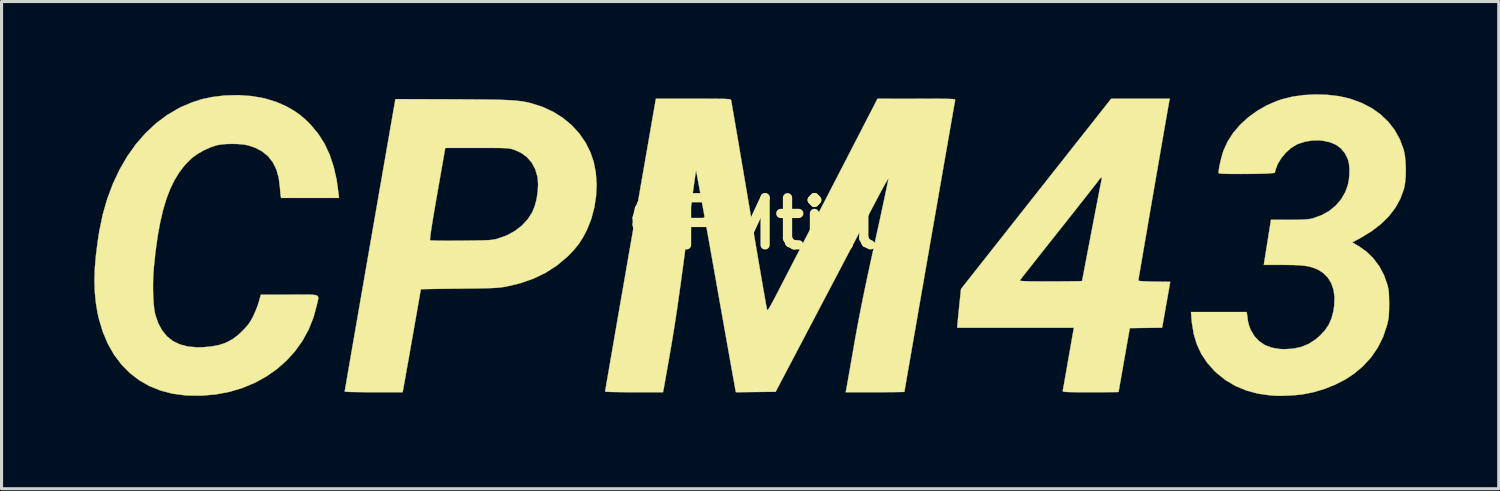
<source format=kicad_pcb>
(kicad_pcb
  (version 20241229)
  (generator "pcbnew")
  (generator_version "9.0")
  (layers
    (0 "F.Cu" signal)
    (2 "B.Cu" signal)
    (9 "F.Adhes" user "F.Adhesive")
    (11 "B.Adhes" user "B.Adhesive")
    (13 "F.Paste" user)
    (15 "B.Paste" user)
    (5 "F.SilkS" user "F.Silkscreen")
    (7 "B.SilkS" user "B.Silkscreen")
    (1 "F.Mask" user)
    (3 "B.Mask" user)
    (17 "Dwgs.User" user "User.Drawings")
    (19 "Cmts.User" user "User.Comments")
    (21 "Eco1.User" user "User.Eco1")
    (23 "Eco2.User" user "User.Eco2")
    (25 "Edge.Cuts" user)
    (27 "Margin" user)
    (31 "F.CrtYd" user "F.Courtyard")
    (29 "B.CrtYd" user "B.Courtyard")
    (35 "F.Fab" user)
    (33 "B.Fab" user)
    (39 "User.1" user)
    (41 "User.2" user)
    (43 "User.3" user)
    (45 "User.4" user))
  (footprint "CPMtitle"
    (layer "F.Cu")
    (at 21.949 4.18)
    (property "Reference" "CPMtitle" (at 0 0 0) (layer "F.SilkS") (effects (font (size 1.524 1.524) (thickness 0.3))))
    (attr through_hole)
    (fp_poly (pts (xy -16.853 -4.122) (xy -16.448 -4.05) (xy -16.07 -3.936) (xy -15.745 -3.794) (xy -15.506 -3.659) (xy -15.296 -3.514) (xy -15.099 -3.344) (xy -14.931 -3.174) (xy -14.697 -2.889) (xy -14.498 -2.572) (xy -14.335 -2.222) (xy -14.207 -1.835) (xy -14.111 -1.41) (xy -14.052 -0.983) (xy -14.036 -0.829) (xy -15.907 -0.829) (xy -15.92 -0.889) (xy -15.927 -0.943) (xy -15.935 -1.034) (xy -15.944 -1.143) (xy -15.946 -1.176) (xy -15.985 -1.483) (xy -16.061 -1.751) (xy -16.176 -1.983) (xy -16.329 -2.177) (xy -16.521 -2.334) (xy -16.751 -2.455) (xy -16.978 -2.53) (xy -17.122 -2.556) (xy -17.3 -2.572) (xy -17.494 -2.577) (xy -17.687 -2.572) (xy -17.861 -2.556) (xy -17.994 -2.532) (xy -18.194 -2.465) (xy -18.403 -2.37) (xy -18.603 -2.256) (xy -18.774 -2.134) (xy -18.821 -2.094) (xy -19.017 -1.895) (xy -19.193 -1.669) (xy -19.351 -1.413) (xy -19.492 -1.124) (xy -19.617 -0.799) (xy -19.726 -0.435) (xy -19.82 -0.031) (xy -19.901 0.418) (xy -19.97 0.914) (xy -20.027 1.459) (xy -20.027 1.465) (xy -20.042 1.687) (xy -20.049 1.923) (xy -20.049 2.162) (xy -20.042 2.394) (xy -20.028 2.606) (xy -20.007 2.789) (xy -19.981 2.931) (xy -19.977 2.945) (xy -19.882 3.223) (xy -19.755 3.458) (xy -19.597 3.65) (xy -19.407 3.8) (xy -19.183 3.909) (xy -18.925 3.977) (xy -18.633 4.004) (xy -18.448 4.001) (xy -18.157 3.975) (xy -17.906 3.927) (xy -17.686 3.851) (xy -17.486 3.745) (xy -17.297 3.604) (xy -17.162 3.477) (xy -17.049 3.359) (xy -16.964 3.257) (xy -16.895 3.156) (xy -16.83 3.037) (xy -16.808 2.993) (xy -16.746 2.856) (xy -16.686 2.707) (xy -16.638 2.569) (xy -16.624 2.52) (xy -16.563 2.3) (xy -15.634 2.3) (xy -15.381 2.299) (xy -15.177 2.298) (xy -15.017 2.299) (xy -14.895 2.303) (xy -14.808 2.313) (xy -14.751 2.329) (xy -14.718 2.353) (xy -14.705 2.388) (xy -14.707 2.434) (xy -14.719 2.494) (xy -14.737 2.569) (xy -14.747 2.615) (xy -14.858 3.031) (xy -15.015 3.423) (xy -15.214 3.788) (xy -15.454 4.125) (xy -15.731 4.431) (xy -16.042 4.706) (xy -16.385 4.946) (xy -16.757 5.15) (xy -17.154 5.316) (xy -17.575 5.442) (xy -18.016 5.526) (xy -18.474 5.566) (xy -18.947 5.56) (xy -19.01 5.556) (xy -19.423 5.501) (xy -19.81 5.4) (xy -20.17 5.254) (xy -20.501 5.065) (xy -20.801 4.834) (xy -21.07 4.561) (xy -21.305 4.249) (xy -21.506 3.899) (xy -21.671 3.512) (xy -21.799 3.09) (xy -21.842 2.9) (xy -21.899 2.56) (xy -21.933 2.208) (xy -21.944 1.84) (xy -21.932 1.447) (xy -21.896 1.023) (xy -21.837 0.562) (xy -21.789 0.254) (xy -21.677 -0.289) (xy -21.528 -0.807) (xy -21.343 -1.297) (xy -21.125 -1.757) (xy -20.876 -2.184) (xy -20.596 -2.576) (xy -20.287 -2.929) (xy -19.952 -3.242) (xy -19.592 -3.511) (xy -19.209 -3.735) (xy -19.116 -3.78) (xy -18.789 -3.919) (xy -18.467 -4.022) (xy -18.134 -4.093) (xy -17.772 -4.137) (xy -17.719 -4.142) (xy -17.279 -4.153) (xy -16.853 -4.122)) (stroke (width 0.01) (type solid)) (fill yes) (layer "F.SilkS"))
    (fp_poly (pts (xy 12.821 -3.977) (xy 12.814 -3.939) (xy 12.799 -3.853) (xy 12.776 -3.724) (xy 12.746 -3.555) (xy 12.711 -3.35) (xy 12.669 -3.114) (xy 12.624 -2.851) (xy 12.574 -2.565) (xy 12.521 -2.26) (xy 12.466 -1.94) (xy 12.409 -1.609) (xy 12.35 -1.272) (xy 12.292 -0.932) (xy 12.233 -0.594) (xy 12.176 -0.261) (xy 12.121 0.061) (xy 12.068 0.37) (xy 12.018 0.66) (xy 11.972 0.928) (xy 11.931 1.169) (xy 11.895 1.38) (xy 11.865 1.556) (xy 11.842 1.693) (xy 11.826 1.788) (xy 11.818 1.835) (xy 11.818 1.84) (xy 11.837 1.852) (xy 11.899 1.862) (xy 12.005 1.869) (xy 12.158 1.874) (xy 12.334 1.878) (xy 12.85 1.885) (xy 12.762 2.38) (xy 12.731 2.557) (xy 12.699 2.737) (xy 12.67 2.903) (xy 12.645 3.043) (xy 12.631 3.121) (xy 12.587 3.368) (xy 12.064 3.375) (xy 11.541 3.382) (xy 11.36 4.412) (xy 11.32 4.639) (xy 11.283 4.849) (xy 11.25 5.037) (xy 11.222 5.196) (xy 11.2 5.321) (xy 11.185 5.406) (xy 11.178 5.445) (xy 11.178 5.448) (xy 11.152 5.449) (xy 11.078 5.451) (xy 10.964 5.452) (xy 10.814 5.453) (xy 10.636 5.454) (xy 10.435 5.454) (xy 10.269 5.454) (xy 10.025 5.454) (xy 9.829 5.454) (xy 9.676 5.452) (xy 9.561 5.45) (xy 9.479 5.446) (xy 9.424 5.441) (xy 9.392 5.434) (xy 9.376 5.425) (xy 9.373 5.413) (xy 9.374 5.408) (xy 9.381 5.371) (xy 9.396 5.288) (xy 9.418 5.165) (xy 9.445 5.009) (xy 9.478 4.825) (xy 9.513 4.621) (xy 9.545 4.438) (xy 9.583 4.22) (xy 9.619 4.016) (xy 9.651 3.832) (xy 9.678 3.677) (xy 9.7 3.555) (xy 9.715 3.474) (xy 9.721 3.442) (xy 9.736 3.369) (xy 5.962 3.369) (xy 5.964 3.309) (xy 5.967 3.265) (xy 5.975 3.177) (xy 5.987 3.053) (xy 6.002 2.903) (xy 6.019 2.735) (xy 6.024 2.682) (xy 6.083 2.116) (xy 6.302 1.838) (xy 7.985 1.838) (xy 7.99 1.847) (xy 8.018 1.854) (xy 8.075 1.86) (xy 8.163 1.864) (xy 8.288 1.868) (xy 8.453 1.87) (xy 8.662 1.871) (xy 8.92 1.872) (xy 8.982 1.872) (xy 9.209 1.871) (xy 9.419 1.87) (xy 9.605 1.868) (xy 9.762 1.866) (xy 9.884 1.864) (xy 9.965 1.86) (xy 9.999 1.857) (xy 10 1.857) (xy 10.004 1.828) (xy 10.018 1.752) (xy 10.041 1.635) (xy 10.07 1.482) (xy 10.105 1.298) (xy 10.145 1.089) (xy 10.188 0.86) (xy 10.235 0.617) (xy 10.283 0.365) (xy 10.332 0.109) (xy 10.381 -0.144) (xy 10.428 -0.389) (xy 10.473 -0.622) (xy 10.514 -0.836) (xy 10.551 -1.026) (xy 10.582 -1.186) (xy 10.607 -1.312) (xy 10.624 -1.397) (xy 10.632 -1.436) (xy 10.632 -1.437) (xy 10.636 -1.486) (xy 10.616 -1.49) (xy 10.575 -1.453) (xy 10.532 -1.396) (xy 10.505 -1.359) (xy 10.447 -1.283) (xy 10.361 -1.173) (xy 10.25 -1.032) (xy 10.118 -0.863) (xy 9.965 -0.67) (xy 9.797 -0.456) (xy 9.614 -0.225) (xy 9.421 0.019) (xy 9.235 0.254) (xy 9.035 0.506) (xy 8.845 0.746) (xy 8.667 0.971) (xy 8.504 1.177) (xy 8.359 1.361) (xy 8.233 1.521) (xy 8.13 1.651) (xy 8.053 1.75) (xy 8.004 1.813) (xy 7.985 1.838) (xy 6.302 1.838) (xy 8.511 -0.961) (xy 10.94 -4.037) (xy 12.835 -4.037) (xy 12.821 -3.977)) (stroke (width 0.01) (type solid)) (fill yes) (layer "F.SilkS"))
    (fp_poly (pts (xy -10.403 -4.018) (xy -10.009 -4.016) (xy -9.664 -4.014) (xy -9.363 -4.011) (xy -9.103 -4.008) (xy -8.879 -4.003) (xy -8.687 -3.997) (xy -8.522 -3.99) (xy -8.381 -3.981) (xy -8.258 -3.97) (xy -8.15 -3.957) (xy -8.051 -3.941) (xy -7.959 -3.923) (xy -7.868 -3.903) (xy -7.82 -3.891) (xy -7.447 -3.771) (xy -7.102 -3.611) (xy -6.787 -3.412) (xy -6.506 -3.178) (xy -6.263 -2.912) (xy -6.06 -2.617) (xy -5.9 -2.295) (xy -5.797 -1.992) (xy -5.729 -1.644) (xy -5.703 -1.275) (xy -5.72 -0.898) (xy -5.777 -0.521) (xy -5.873 -0.156) (xy -6.008 0.187) (xy -6.028 0.227) (xy -6.149 0.457) (xy -6.278 0.656) (xy -6.427 0.842) (xy -6.608 1.031) (xy -6.667 1.088) (xy -6.995 1.362) (xy -7.357 1.594) (xy -7.752 1.784) (xy -8.181 1.933) (xy -8.612 2.035) (xy -8.689 2.049) (xy -8.764 2.06) (xy -8.844 2.07) (xy -8.935 2.078) (xy -9.041 2.084) (xy -9.17 2.089) (xy -9.326 2.093) (xy -9.516 2.097) (xy -9.746 2.1) (xy -10.02 2.103) (xy -10.153 2.105) (xy -10.405 2.107) (xy -10.639 2.11) (xy -10.851 2.113) (xy -11.035 2.116) (xy -11.186 2.119) (xy -11.299 2.122) (xy -11.369 2.125) (xy -11.39 2.127) (xy -11.394 2.156) (xy -11.407 2.232) (xy -11.428 2.349) (xy -11.454 2.502) (xy -11.486 2.686) (xy -11.523 2.896) (xy -11.563 3.124) (xy -11.606 3.367) (xy -11.65 3.619) (xy -11.695 3.873) (xy -11.739 4.125) (xy -11.782 4.37) (xy -11.823 4.6) (xy -11.861 4.812) (xy -11.894 5) (xy -11.922 5.157) (xy -11.944 5.279) (xy -11.958 5.36) (xy -11.965 5.394) (xy -11.979 5.454) (xy -12.914 5.454) (xy -13.132 5.454) (xy -13.332 5.452) (xy -13.508 5.45) (xy -13.653 5.447) (xy -13.763 5.443) (xy -13.831 5.438) (xy -13.85 5.434) (xy -13.846 5.406) (xy -13.833 5.328) (xy -13.811 5.203) (xy -13.782 5.033) (xy -13.746 4.82) (xy -13.702 4.569) (xy -13.652 4.28) (xy -13.597 3.958) (xy -13.535 3.603) (xy -13.469 3.22) (xy -13.398 2.811) (xy -13.323 2.379) (xy -13.244 1.925) (xy -13.162 1.453) (xy -13.078 0.966) (xy -13.031 0.695) (xy -13.002 0.529) (xy -11.09 0.529) (xy -11.087 0.542) (xy -11.054 0.547) (xy -10.973 0.55) (xy -10.852 0.553) (xy -10.696 0.555) (xy -10.51 0.556) (xy -10.303 0.555) (xy -10.08 0.554) (xy -9.822 0.551) (xy -9.611 0.548) (xy -9.44 0.545) (xy -9.305 0.541) (xy -9.198 0.536) (xy -9.112 0.529) (xy -9.043 0.52) (xy -8.983 0.509) (xy -8.926 0.495) (xy -8.9 0.488) (xy -8.611 0.384) (xy -8.349 0.242) (xy -8.12 0.066) (xy -7.929 -0.14) (xy -7.781 -0.372) (xy -7.781 -0.374) (xy -7.703 -0.566) (xy -7.644 -0.791) (xy -7.608 -1.03) (xy -7.596 -1.265) (xy -7.61 -1.479) (xy -7.619 -1.528) (xy -7.691 -1.768) (xy -7.806 -1.977) (xy -7.961 -2.153) (xy -8.156 -2.292) (xy -8.365 -2.385) (xy -8.412 -2.401) (xy -8.457 -2.413) (xy -8.505 -2.424) (xy -8.563 -2.431) (xy -8.637 -2.437) (xy -8.733 -2.441) (xy -8.856 -2.444) (xy -9.012 -2.445) (xy -9.207 -2.446) (xy -9.447 -2.446) (xy -9.57 -2.446) (xy -10.598 -2.446) (xy -10.858 -0.963) (xy -10.918 -0.619) (xy -10.968 -0.325) (xy -11.009 -0.078) (xy -11.041 0.123) (xy -11.065 0.282) (xy -11.081 0.401) (xy -11.089 0.482) (xy -11.09 0.529) (xy -13.002 0.529) (xy -12.211 -4.024) (xy -10.403 -4.018)) (stroke (width 0.01) (type solid)) (fill yes) (layer "F.SilkS"))
    (fp_poly (pts (xy 17.936 -4.163) (xy 18.308 -4.119) (xy 18.652 -4.041) (xy 18.676 -4.034) (xy 19.036 -3.903) (xy 19.362 -3.735) (xy 19.65 -3.531) (xy 19.899 -3.294) (xy 20.108 -3.025) (xy 20.274 -2.726) (xy 20.395 -2.4) (xy 20.404 -2.366) (xy 20.439 -2.194) (xy 20.46 -1.989) (xy 20.469 -1.767) (xy 20.465 -1.544) (xy 20.448 -1.336) (xy 20.418 -1.16) (xy 20.406 -1.115) (xy 20.291 -0.801) (xy 20.13 -0.51) (xy 19.923 -0.24) (xy 19.668 0.012) (xy 19.365 0.245) (xy 19.012 0.461) (xy 18.955 0.492) (xy 18.736 0.609) (xy 18.929 0.721) (xy 19.192 0.905) (xy 19.421 1.129) (xy 19.614 1.388) (xy 19.767 1.677) (xy 19.877 1.993) (xy 19.884 2.02) (xy 19.905 2.122) (xy 19.919 2.239) (xy 19.926 2.382) (xy 19.929 2.564) (xy 19.929 2.62) (xy 19.927 2.792) (xy 19.921 2.926) (xy 19.912 3.036) (xy 19.895 3.137) (xy 19.871 3.244) (xy 19.856 3.302) (xy 19.732 3.671) (xy 19.562 4.012) (xy 19.347 4.326) (xy 19.086 4.611) (xy 18.799 4.853) (xy 18.513 5.042) (xy 18.189 5.208) (xy 17.842 5.347) (xy 17.484 5.454) (xy 17.129 5.525) (xy 16.903 5.549) (xy 16.714 5.561) (xy 16.565 5.568) (xy 16.442 5.572) (xy 16.332 5.571) (xy 16.222 5.566) (xy 16.097 5.558) (xy 16.096 5.558) (xy 15.696 5.503) (xy 15.32 5.403) (xy 14.968 5.257) (xy 14.645 5.068) (xy 14.352 4.835) (xy 14.274 4.761) (xy 14.042 4.498) (xy 13.855 4.217) (xy 13.712 3.911) (xy 13.611 3.577) (xy 13.55 3.211) (xy 13.539 3.091) (xy 13.521 2.861) (xy 15.319 2.861) (xy 15.331 2.921) (xy 15.341 2.982) (xy 15.352 3.071) (xy 15.358 3.125) (xy 15.378 3.229) (xy 15.415 3.349) (xy 15.45 3.436) (xy 15.573 3.644) (xy 15.729 3.809) (xy 15.917 3.934) (xy 16.139 4.016) (xy 16.395 4.058) (xy 16.546 4.064) (xy 16.837 4.045) (xy 17.096 3.988) (xy 17.331 3.89) (xy 17.55 3.748) (xy 17.685 3.632) (xy 17.85 3.457) (xy 17.975 3.274) (xy 18.065 3.071) (xy 18.126 2.837) (xy 18.154 2.649) (xy 18.164 2.384) (xy 18.131 2.142) (xy 18.058 1.928) (xy 17.945 1.745) (xy 17.794 1.595) (xy 17.637 1.497) (xy 17.53 1.449) (xy 17.424 1.412) (xy 17.309 1.383) (xy 17.177 1.363) (xy 17.019 1.349) (xy 16.829 1.341) (xy 16.597 1.338) (xy 16.487 1.337) (xy 15.876 1.337) (xy 15.887 1.263) (xy 15.894 1.217) (xy 15.909 1.126) (xy 15.929 0.999) (xy 15.954 0.843) (xy 15.982 0.668) (xy 16.003 0.535) (xy 16.107 -0.12) (xy 16.696 -0.121) (xy 16.907 -0.122) (xy 17.074 -0.126) (xy 17.204 -0.131) (xy 17.306 -0.14) (xy 17.389 -0.152) (xy 17.459 -0.168) (xy 17.74 -0.268) (xy 17.989 -0.406) (xy 18.204 -0.582) (xy 18.381 -0.79) (xy 18.516 -1.027) (xy 18.597 -1.257) (xy 18.628 -1.416) (xy 18.644 -1.592) (xy 18.645 -1.77) (xy 18.631 -1.931) (xy 18.602 -2.06) (xy 18.598 -2.072) (xy 18.501 -2.27) (xy 18.374 -2.427) (xy 18.213 -2.547) (xy 18.016 -2.63) (xy 17.78 -2.68) (xy 17.673 -2.691) (xy 17.442 -2.687) (xy 17.204 -2.647) (xy 16.983 -2.575) (xy 16.929 -2.55) (xy 16.751 -2.439) (xy 16.584 -2.289) (xy 16.439 -2.113) (xy 16.326 -1.925) (xy 16.258 -1.748) (xy 16.229 -1.639) (xy 16.049 -1.622) (xy 15.973 -1.617) (xy 15.853 -1.613) (xy 15.699 -1.609) (xy 15.518 -1.607) (xy 15.322 -1.605) (xy 15.14 -1.604) (xy 14.918 -1.605) (xy 14.744 -1.606) (xy 14.614 -1.609) (xy 14.52 -1.613) (xy 14.459 -1.619) (xy 14.425 -1.627) (xy 14.412 -1.638) (xy 14.411 -1.641) (xy 14.419 -1.725) (xy 14.439 -1.845) (xy 14.468 -1.985) (xy 14.504 -2.131) (xy 14.542 -2.267) (xy 14.573 -2.362) (xy 14.706 -2.654) (xy 14.886 -2.932) (xy 15.109 -3.193) (xy 15.369 -3.432) (xy 15.662 -3.645) (xy 15.981 -3.827) (xy 16.322 -3.973) (xy 16.457 -4.018) (xy 16.797 -4.103) (xy 17.167 -4.155) (xy 17.551 -4.175) (xy 17.936 -4.163)) (stroke (width 0.01) (type solid)) (fill yes) (layer "F.SilkS"))
    (fp_poly (pts (xy -2.29 -4.037) (xy -2.053 -4.037) (xy -1.859 -4.036) (xy -1.706 -4.034) (xy -1.587 -4.032) (xy -1.499 -4.028) (xy -1.437 -4.023) (xy -1.395 -4.017) (xy -1.371 -4.009) (xy -1.358 -4) (xy -1.354 -3.99) (xy -1.348 -3.959) (xy -1.333 -3.877) (xy -1.311 -3.75) (xy -1.282 -3.579) (xy -1.246 -3.368) (xy -1.203 -3.121) (xy -1.155 -2.84) (xy -1.102 -2.528) (xy -1.045 -2.19) (xy -0.983 -1.827) (xy -0.918 -1.444) (xy -0.85 -1.043) (xy -0.78 -0.628) (xy -0.775 -0.602) (xy -0.705 -0.185) (xy -0.637 0.217) (xy -0.571 0.602) (xy -0.509 0.966) (xy -0.451 1.307) (xy -0.397 1.62) (xy -0.348 1.904) (xy -0.305 2.154) (xy -0.267 2.367) (xy -0.237 2.541) (xy -0.213 2.672) (xy -0.197 2.757) (xy -0.19 2.793) (xy -0.19 2.793) (xy -0.178 2.8) (xy -0.157 2.782) (xy -0.124 2.734) (xy -0.076 2.653) (xy -0.011 2.534) (xy 0.073 2.375) (xy 0.149 2.229) (xy 0.204 2.123) (xy 0.281 1.974) (xy 0.378 1.785) (xy 0.495 1.56) (xy 0.627 1.303) (xy 0.775 1.017) (xy 0.935 0.707) (xy 1.106 0.376) (xy 1.285 0.028) (xy 1.471 -0.333) (xy 1.662 -0.703) (xy 1.856 -1.078) (xy 1.925 -1.212) (xy 3.382 -4.036) (xy 4.643 -4.037) (xy 4.936 -4.037) (xy 5.179 -4.036) (xy 5.378 -4.036) (xy 5.537 -4.034) (xy 5.659 -4.032) (xy 5.751 -4.029) (xy 5.816 -4.025) (xy 5.858 -4.019) (xy 5.882 -4.012) (xy 5.892 -4.003) (xy 5.893 -3.993) (xy 5.893 -3.99) (xy 5.887 -3.96) (xy 5.873 -3.881) (xy 5.851 -3.755) (xy 5.821 -3.587) (xy 5.785 -3.379) (xy 5.742 -3.134) (xy 5.694 -2.857) (xy 5.64 -2.549) (xy 5.582 -2.215) (xy 5.519 -1.857) (xy 5.454 -1.479) (xy 5.385 -1.084) (xy 5.314 -0.675) (xy 5.241 -0.256) (xy 5.166 0.171) (xy 5.091 0.602) (xy 5.016 1.034) (xy 4.941 1.464) (xy 4.868 1.888) (xy 4.795 2.303) (xy 4.725 2.707) (xy 4.658 3.095) (xy 4.594 3.465) (xy 4.533 3.813) (xy 4.477 4.136) (xy 4.426 4.431) (xy 4.38 4.695) (xy 4.34 4.925) (xy 4.307 5.116) (xy 4.281 5.267) (xy 4.263 5.373) (xy 4.253 5.432) (xy 4.251 5.444) (xy 4.225 5.446) (xy 4.152 5.448) (xy 4.038 5.45) (xy 3.887 5.452) (xy 3.708 5.453) (xy 3.505 5.454) (xy 3.301 5.454) (xy 2.352 5.454) (xy 2.366 5.394) (xy 2.373 5.357) (xy 2.388 5.272) (xy 2.411 5.144) (xy 2.44 4.981) (xy 2.474 4.785) (xy 2.513 4.564) (xy 2.555 4.322) (xy 2.6 4.064) (xy 2.607 4.024) (xy 2.662 3.708) (xy 2.719 3.397) (xy 2.778 3.085) (xy 2.84 2.764) (xy 2.908 2.427) (xy 2.982 2.067) (xy 3.064 1.679) (xy 3.156 1.253) (xy 3.258 0.785) (xy 3.289 0.643) (xy 3.36 0.319) (xy 3.428 0.009) (xy 3.491 -0.281) (xy 3.548 -0.549) (xy 3.6 -0.79) (xy 3.644 -1) (xy 3.681 -1.175) (xy 3.709 -1.311) (xy 3.727 -1.404) (xy 3.735 -1.45) (xy 3.735 -1.454) (xy 3.721 -1.439) (xy 3.685 -1.381) (xy 3.631 -1.288) (xy 3.562 -1.163) (xy 3.481 -1.014) (xy 3.392 -0.845) (xy 3.368 -0.801) (xy 3.308 -0.686) (xy 3.225 -0.528) (xy 3.121 -0.331) (xy 2.998 -0.098) (xy 2.859 0.167) (xy 2.706 0.459) (xy 2.54 0.774) (xy 2.364 1.11) (xy 2.179 1.461) (xy 1.989 1.823) (xy 1.794 2.194) (xy 1.597 2.568) (xy 1.549 2.66) (xy 0.087 5.441) (xy -1.197 5.455) (xy -1.211 5.395) (xy -1.217 5.361) (xy -1.232 5.279) (xy -1.255 5.149) (xy -1.286 4.977) (xy -1.324 4.764) (xy -1.369 4.514) (xy -1.419 4.231) (xy -1.475 3.916) (xy -1.536 3.574) (xy -1.601 3.207) (xy -1.67 2.818) (xy -1.742 2.412) (xy -1.817 1.99) (xy -1.848 1.811) (xy -1.924 1.385) (xy -1.997 0.974) (xy -2.067 0.58) (xy -2.134 0.208) (xy -2.197 -0.141) (xy -2.255 -0.463) (xy -2.308 -0.755) (xy -2.355 -1.014) (xy -2.396 -1.237) (xy -2.43 -1.42) (xy -2.456 -1.562) (xy -2.475 -1.658) (xy -2.485 -1.706) (xy -2.487 -1.711) (xy -2.493 -1.685) (xy -2.505 -1.61) (xy -2.522 -1.49) (xy -2.545 -1.328) (xy -2.573 -1.128) (xy -2.605 -0.894) (xy -2.641 -0.63) (xy -2.68 -0.339) (xy -2.722 -0.026) (xy -2.766 0.306) (xy -2.804 0.595) (xy -2.872 1.11) (xy -2.935 1.578) (xy -2.993 2.004) (xy -3.048 2.394) (xy -3.099 2.752) (xy -3.149 3.085) (xy -3.198 3.397) (xy -3.246 3.695) (xy -3.295 3.985) (xy -3.318 4.117) (xy -3.361 4.368) (xy -3.403 4.603) (xy -3.44 4.818) (xy -3.474 5.007) (xy -3.502 5.165) (xy -3.523 5.286) (xy -3.538 5.365) (xy -3.543 5.394) (xy -3.557 5.454) (xy -4.492 5.454) (xy -4.71 5.454) (xy -4.91 5.452) (xy -5.085 5.45) (xy -5.231 5.447) (xy -5.341 5.443) (xy -5.408 5.438) (xy -5.428 5.434) (xy -5.424 5.406) (xy -5.411 5.328) (xy -5.389 5.203) (xy -5.36 5.033) (xy -5.323 4.82) (xy -5.28 4.569) (xy -5.23 4.28) (xy -5.174 3.957) (xy -5.113 3.603) (xy -5.047 3.22) (xy -4.976 2.811) (xy -4.901 2.378) (xy -4.822 1.925) (xy -4.74 1.453) (xy -4.656 0.965) (xy -4.607 0.688) (xy -3.786 -4.037) (xy -2.577 -4.037) (xy -2.29 -4.037)) (stroke (width 0.01) (type solid)) (fill yes) (layer "F.SilkS")))
  (gr_rect
    (start -3 -3)
    (end 45.423 12.757)
    (stroke (width 0.1) (type default))
    (fill no)
    (layer "Edge.Cuts")))
</source>
